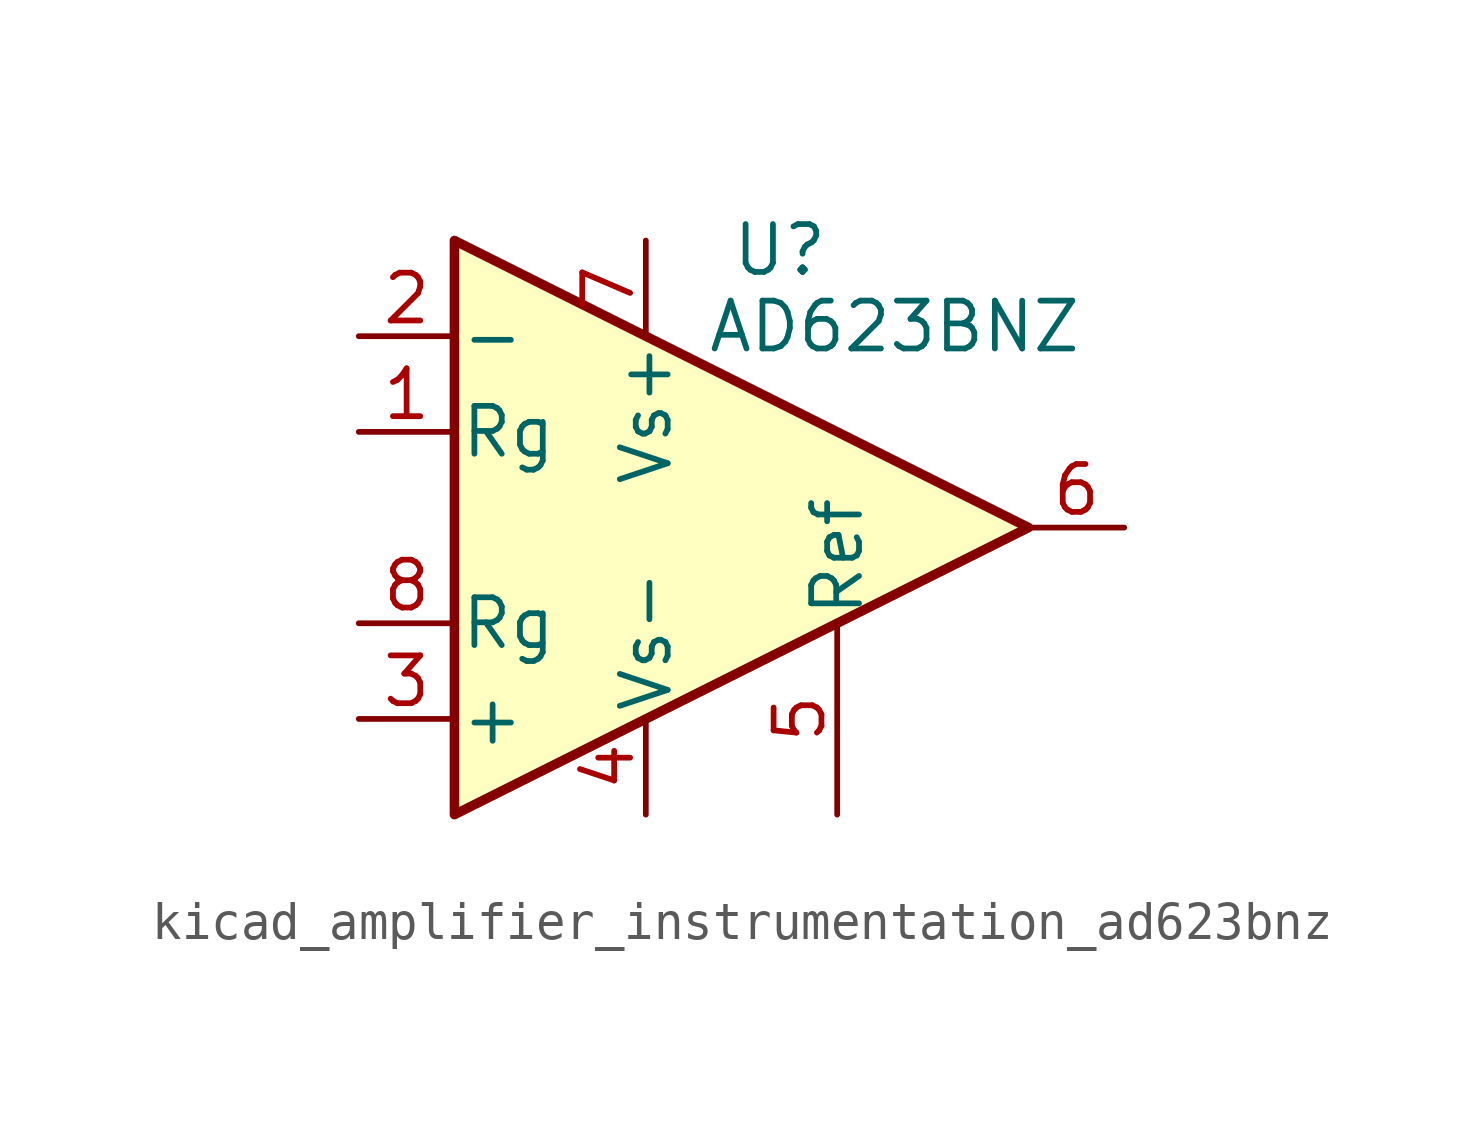
<source format=kicad_sym>
(kicad_symbol_lib
  (version 20220914)
  (generator kicad_symbol_editor)
  (symbol "kicad_amplifier_instrumentation_ad623bnz"
    (pin_names
      (offset 0.127))
    (property "Reference" "U"
      (at 3.556 7.366 0)
      (effects (font (size 1.27 1.27))))
    (property "Value" "AD623BNZ"
      (at 6.604 5.334 0)
      (effects (font (size 1.27 1.27))))
    (symbol "kicad_amplifier_instrumentation_ad623bnz_0_1"
      (polyline (pts (xy -5.08 7.62) (xy -5.08 -7.62) (xy 10.16 0) (xy -5.08 7.62)) (stroke (width 0.254) (type default)) (fill (type background))))
    (symbol "kicad_amplifier_instrumentation_ad623bnz_1_1"
      (pin passive line (at -7.62 2.54 0) (length 2.54) (name "Rg" (effects (font (size 1.27 1.27)))) (number "1" (effects (font (size 1.27 1.27)))))
      (pin input line (at -7.62 5.08 0) (length 2.54) (name "-" (effects (font (size 1.27 1.27)))) (number "2" (effects (font (size 1.27 1.27)))))
      (pin input line (at -7.62 -5.08 0) (length 2.54) (name "+" (effects (font (size 1.27 1.27)))) (number "3" (effects (font (size 1.27 1.27)))))
      (pin power_in line (at 0 -7.62 90) (length 2.54) (name "Vs-" (effects (font (size 1.27 1.27)))) (number "4" (effects (font (size 1.27 1.27)))))
      (pin passive line (at 5.08 -7.62 90) (length 5.08) (name "Ref" (effects (font (size 1.27 1.27)))) (number "5" (effects (font (size 1.27 1.27)))))
      (pin output line (at 12.7 0 180) (length 2.54) (name "~" (effects (font (size 1.27 1.27)))) (number "6" (effects (font (size 1.27 1.27)))))
      (pin power_in line (at 0 7.62 270) (length 2.54) (name "Vs+" (effects (font (size 1.27 1.27)))) (number "7" (effects (font (size 1.27 1.27)))))
      (pin passive line (at -7.62 -2.54 0) (length 2.54) (name "Rg" (effects (font (size 1.27 1.27)))) (number "8" (effects (font (size 1.27 1.27))))))))
</source>
